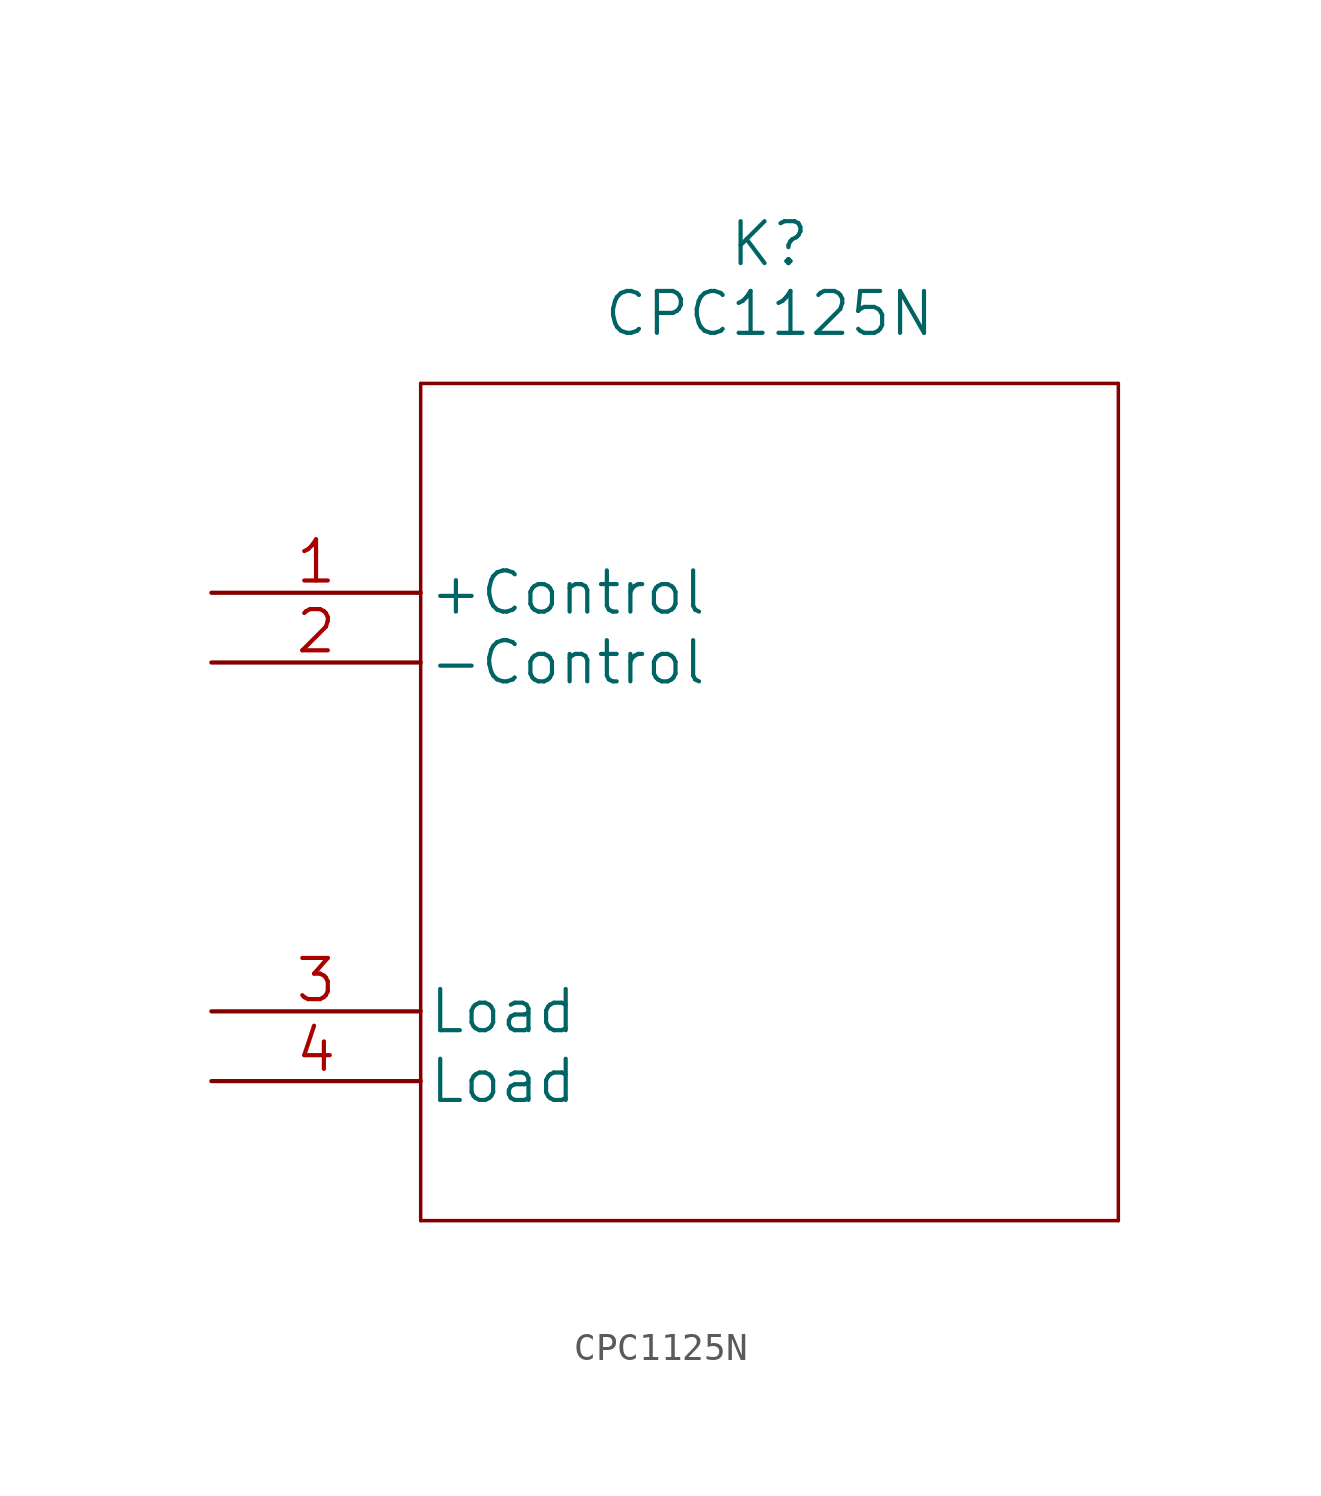
<source format=kicad_sym>
(kicad_symbol_lib
  (version 20211014)
  (generator kicad_symbol_editor)
  (symbol "CPC1125N"
    (pin_names
      (offset 0.254))
    (property "Reference" "K"
      (at 20.32 12.7 0)
      (effects (font (size 1.524 1.524))))
    (property "Value" "CPC1125N"
      (at 20.32 10.16 0)
      (effects (font (size 1.524 1.524))))
    (property "Datasheet" ""
      (at 0 0 0)
      (effects (font (size 1.524 1.524))))
    (property "ki_locked" ""
      (at 0 0 0)
      (effects (font (size 1.27 1.27))))
    (symbol "CPC1125N_1_1"
      (polyline (pts (xy 7.62 -22.86) (xy 33.02 -22.86)) (stroke (width 0.127) (type default) (color 0 0 0 0)) (fill (type none)))
      (polyline (pts (xy 7.62 7.62) (xy 7.62 -22.86)) (stroke (width 0.127) (type default) (color 0 0 0 0)) (fill (type none)))
      (polyline (pts (xy 33.02 -22.86) (xy 33.02 7.62)) (stroke (width 0.127) (type default) (color 0 0 0 0)) (fill (type none)))
      (polyline (pts (xy 33.02 7.62) (xy 7.62 7.62)) (stroke (width 0.127) (type default) (color 0 0 0 0)) (fill (type none)))
      (pin unspecified line (at 0 0 0) (length 7.62) (name "+Control" (effects (font (size 1.499 1.499)))) (number "1" (effects (font (size 1.499 1.499)))))
      (pin unspecified line (at 0 -2.54 0) (length 7.62) (name "-Control" (effects (font (size 1.499 1.499)))) (number "2" (effects (font (size 1.499 1.499)))))
      (pin unspecified line (at 0 -15.24 0) (length 7.62) (name "Load" (effects (font (size 1.499 1.499)))) (number "3" (effects (font (size 1.499 1.499)))))
      (pin unspecified line (at 0 -17.78 0) (length 7.62) (name "Load" (effects (font (size 1.499 1.499)))) (number "4" (effects (font (size 1.499 1.499))))))))
</source>
